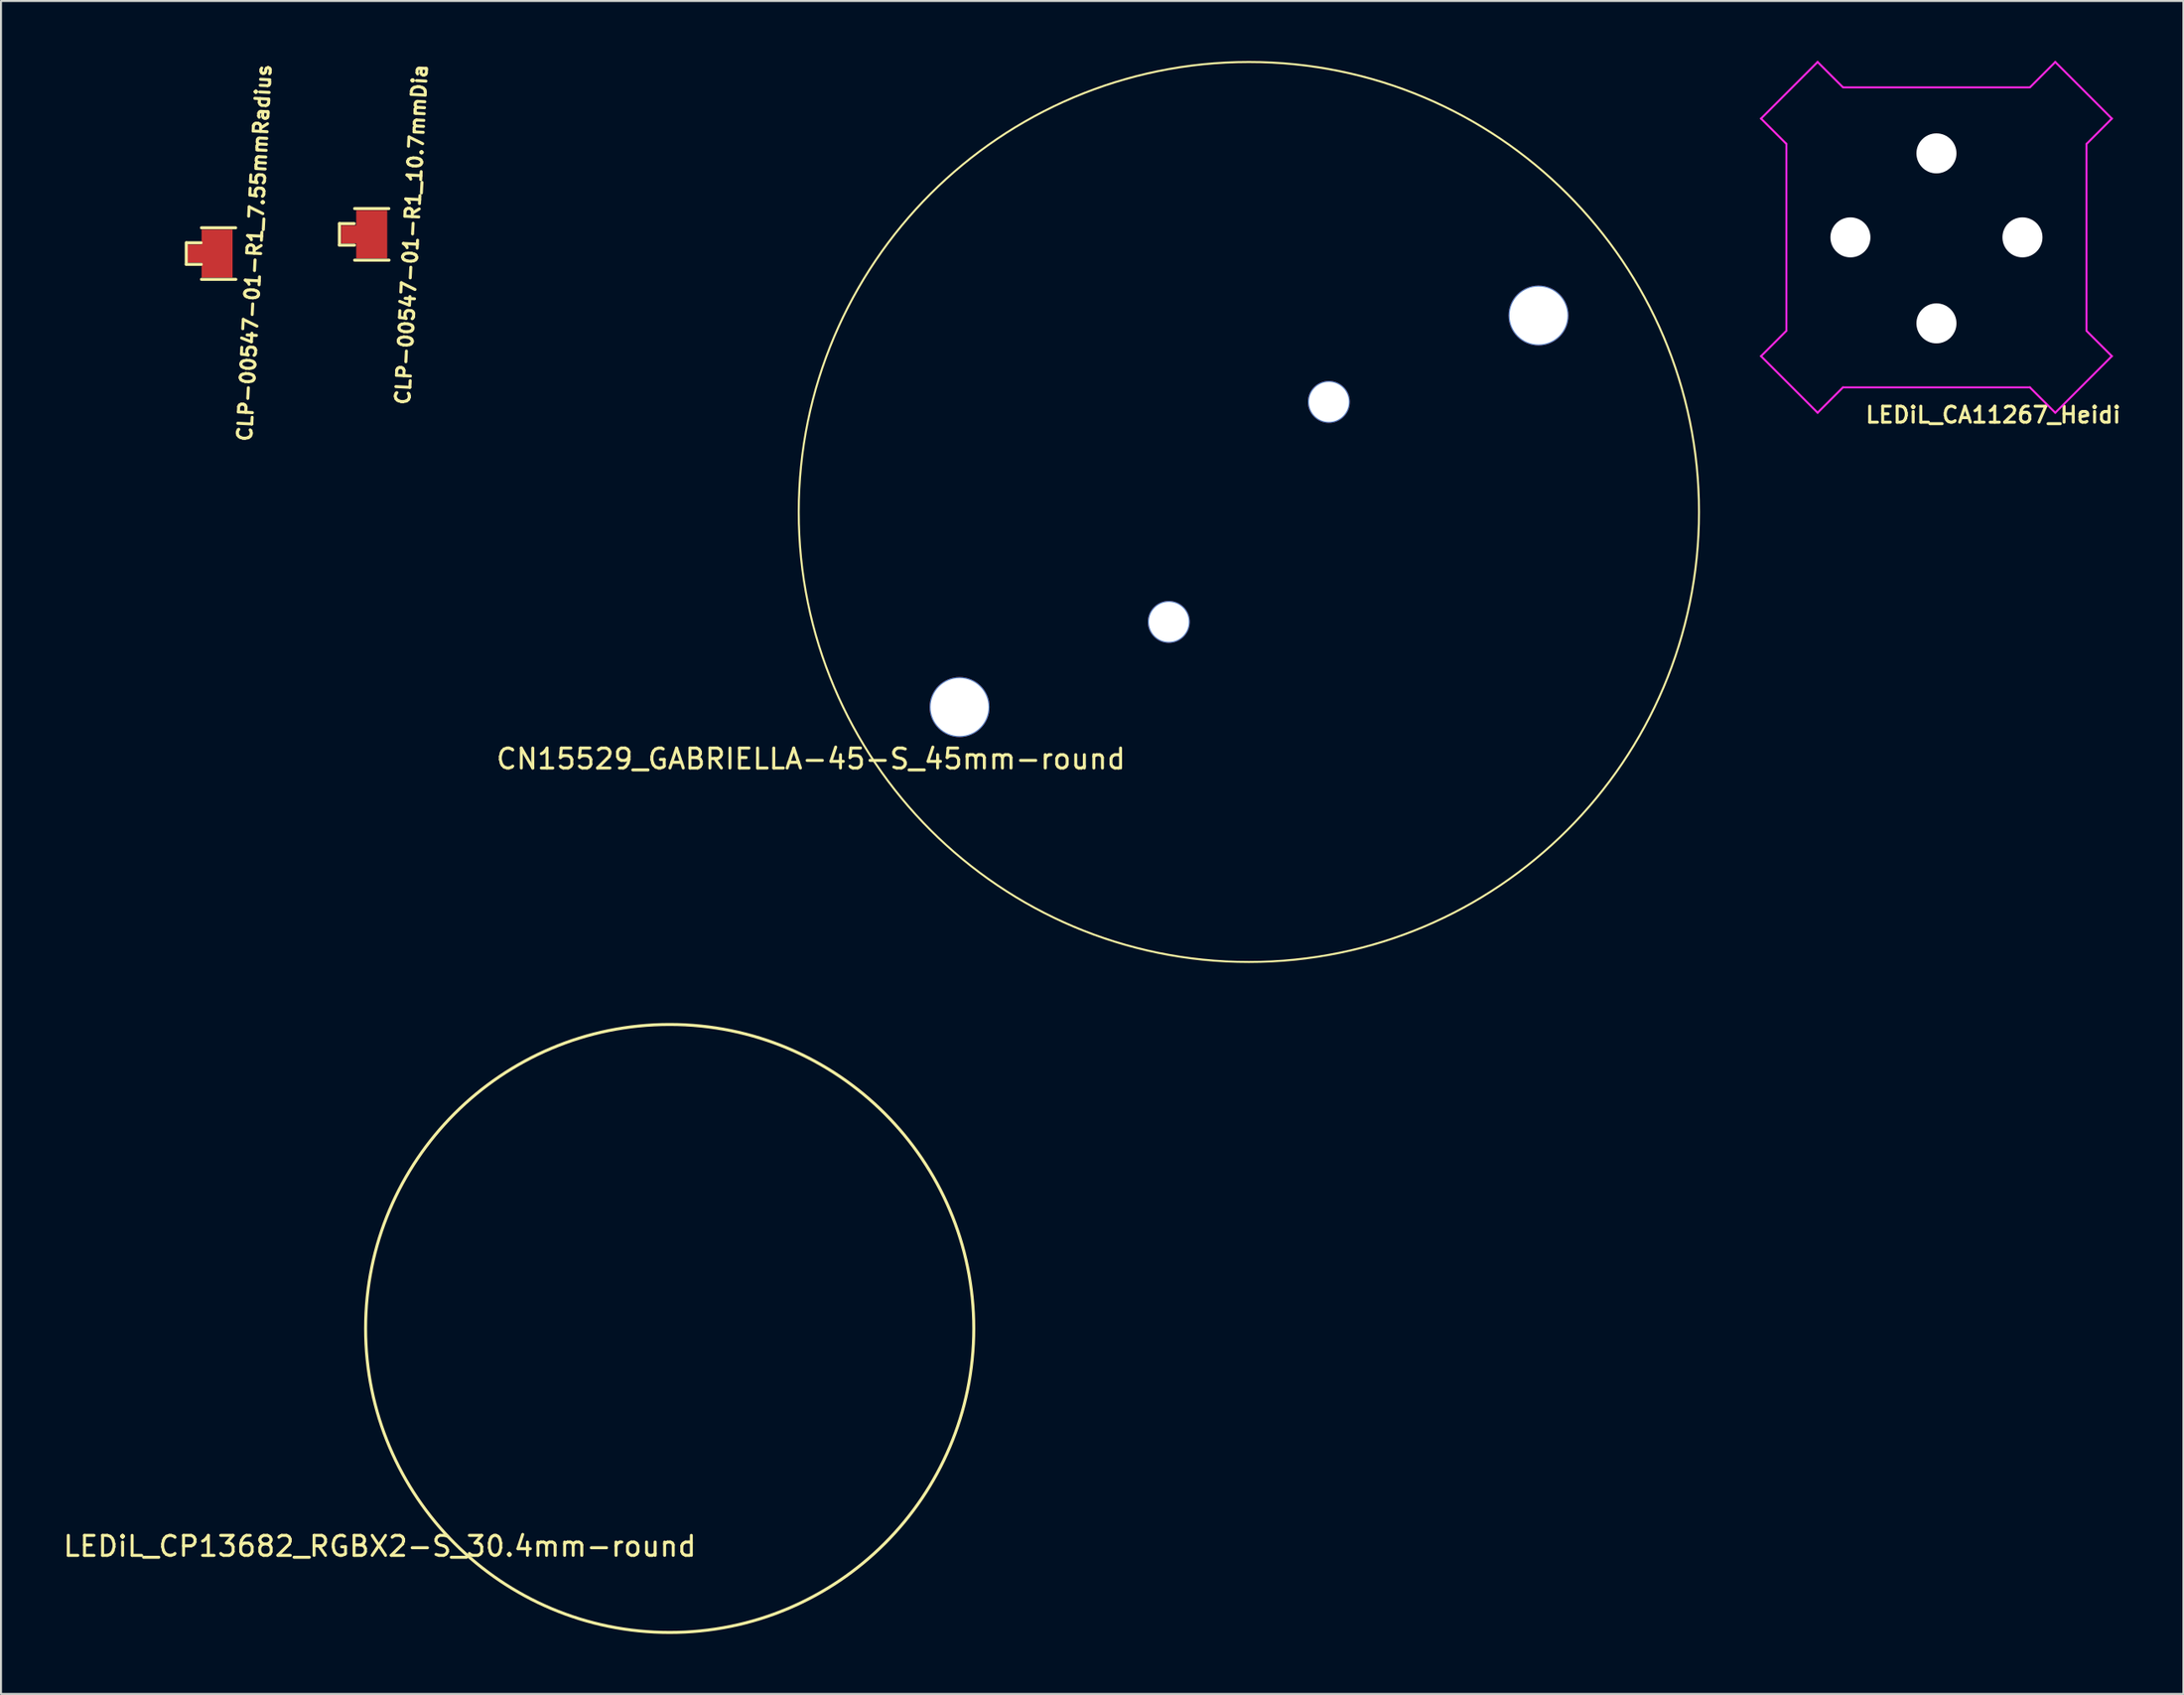
<source format=kicad_pcb>
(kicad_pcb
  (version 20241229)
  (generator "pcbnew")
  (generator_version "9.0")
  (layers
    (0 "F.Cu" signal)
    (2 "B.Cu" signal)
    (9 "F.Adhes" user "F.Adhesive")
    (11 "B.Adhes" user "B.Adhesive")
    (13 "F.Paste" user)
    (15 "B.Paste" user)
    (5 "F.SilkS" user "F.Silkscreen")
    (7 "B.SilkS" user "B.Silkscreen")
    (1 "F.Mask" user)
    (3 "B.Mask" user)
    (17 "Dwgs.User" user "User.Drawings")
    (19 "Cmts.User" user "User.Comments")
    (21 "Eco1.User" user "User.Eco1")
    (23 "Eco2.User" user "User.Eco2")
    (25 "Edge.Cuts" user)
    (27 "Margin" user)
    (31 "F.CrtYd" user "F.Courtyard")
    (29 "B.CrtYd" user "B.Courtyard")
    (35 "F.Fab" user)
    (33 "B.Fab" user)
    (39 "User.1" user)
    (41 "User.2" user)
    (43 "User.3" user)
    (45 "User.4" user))
  (footprint "LEDiL_CA11267_Heidi"
    (layer "F.Cu")
    (at 93.745 8.819)
    (property "Reference" "LEDiL_CA11267_Heidi" (at 2.837 8.877 0) (layer "F.SilkS") (effects (font (size 0.8 0.8) (thickness 0.15))))
    (attr through_hole)
    (fp_line (start -8.768 -5.94) (end -5.94 -8.769) (stroke (width 0.1) (type solid)) (layer "F.CrtYd"))
    (fp_line (start -7.501 -4.674) (end -8.768 -5.94) (stroke (width 0.1) (type solid)) (layer "F.CrtYd"))
    (fp_line (start -7.501 4.671) (end -8.769 5.94) (stroke (width 0.1) (type solid)) (layer "F.CrtYd"))
    (fp_line (start -7.5 -4.671) (end -7.5 4.669) (stroke (width 0.1) (type solid)) (layer "F.CrtYd"))
    (fp_line (start -5.94 8.768) (end -8.769 5.939) (stroke (width 0.1) (type solid)) (layer "F.CrtYd"))
    (fp_line (start -4.674 7.501) (end -5.94 8.768) (stroke (width 0.1) (type solid)) (layer "F.CrtYd"))
    (fp_line (start -4.671 -7.501) (end -5.94 -8.769) (stroke (width 0.1) (type solid)) (layer "F.CrtYd"))
    (fp_line (start -4.671 7.5) (end 4.676 7.5) (stroke (width 0.1) (type solid)) (layer "F.CrtYd"))
    (fp_line (start 4.638 -7.5) (end -4.658 -7.5) (stroke (width 0.1) (type solid)) (layer "F.CrtYd"))
    (fp_line (start 4.671 7.501) (end 5.94 8.769) (stroke (width 0.1) (type solid)) (layer "F.CrtYd"))
    (fp_line (start 4.674 -7.501) (end 5.94 -8.768) (stroke (width 0.1) (type solid)) (layer "F.CrtYd"))
    (fp_line (start 5.939 -8.769) (end 8.768 -5.94) (stroke (width 0.1) (type solid)) (layer "F.CrtYd"))
    (fp_line (start 7.5 4.658) (end 7.5 -4.669) (stroke (width 0.1) (type solid)) (layer "F.CrtYd"))
    (fp_line (start 7.501 -4.671) (end 8.769 -5.94) (stroke (width 0.1) (type solid)) (layer "F.CrtYd"))
    (fp_line (start 7.501 4.674) (end 8.768 5.94) (stroke (width 0.1) (type solid)) (layer "F.CrtYd"))
    (fp_line (start 8.768 5.939) (end 5.94 8.767) (stroke (width 0.1) (type solid)) (layer "F.CrtYd"))
    (pad "" np_thru_hole circle (at -4.3 0 90) (size 2 2) (drill 2) (layers "*.Cu" "*.Mask"))
    (pad "" np_thru_hole circle (at 0 -4.2) (size 2 2) (drill 2) (layers "*.Cu" "*.Mask"))
    (pad "" np_thru_hole circle (at 0 4.3 180) (size 2 2) (drill 2) (layers "*.Cu" "*.Mask"))
    (pad "" np_thru_hole circle (at 4.3 0 270) (size 2 2) (drill 2) (layers "*.Cu" "*.Mask")))
  (footprint "CLP-00547-01-R1_7.55mmRadius"
    (layer "F.Cu")
    (at 0.25 9.629)
    (property "Reference" "CLP-00547-01-R1_7.55mmRadius" (at 9.418 -0.035 87) (layer "F.SilkS") (effects (font (size 0.7 0.7) (thickness 0.15))))
    (attr smd)
    (fp_line (start 6.01 -0.54) (end 6.01 0.54) (stroke (width 0.15) (type solid)) (layer "F.SilkS"))
    (fp_line (start 6.01 0.54) (end 6.76 0.54) (stroke (width 0.15) (type solid)) (layer "F.SilkS"))
    (fp_line (start 6.75 -0.54) (end 6.02 -0.54) (stroke (width 0.15) (type solid)) (layer "F.SilkS"))
    (fp_line (start 6.77 1.29) (end 8.49 1.29) (stroke (width 0.15) (type solid)) (layer "F.SilkS"))
    (fp_line (start 8.48 -1.29) (end 6.77 -1.29) (stroke (width 0.15) (type solid)) (layer "F.SilkS"))
    (pad "1" smd custom (at 7.55 0) (size 1.55 2.4) (layers "F.Cu" "F.Mask" "F.Paste") (options (anchor rect)) (primitives (gr_poly (pts (xy -1.525 -0.45) (xy -0.755 -0.45) (xy -0.755 0.45) (xy -1.525 0.45)) (width 0.01) (fill yes)))))
  (footprint "CN15529_GABRIELLA-45-S_45mm-round"
    (layer "F.Cu")
    (at 59.395 22.556)
    (property "Reference" "CN15529_GABRIELLA-45-S_45mm-round" (at -21.91 12.34 0) (layer "F.SilkS") (effects (font (size 1 1) (thickness 0.15))))
    (attr through_hole)
    (fp_circle (center -0.019 -0.006) (end 22.481 -0.006) (stroke (width 0.1) (type solid)) (fill no) (layer "F.SilkS"))
    (pad "" np_thru_hole circle (at -14.48 9.75) (size 3 3) (drill 2.9) (layers "*.Cu" "*.Mask"))
    (pad "" np_thru_hole circle (at -4.02 5.49) (size 2.1 2.1) (drill 2) (layers "*.Cu" "*.Mask"))
    (pad "" np_thru_hole circle (at 3.98 -5.51) (size 2.1 2.1) (drill 2) (layers "*.Cu" "*.Mask"))
    (pad "" np_thru_hole circle (at 14.46 -9.83) (size 3 3) (drill 2.9) (layers "*.Cu" "*.Mask")))
  (footprint "LEDiL_CP13682_RGBX2-S_30.4mm-round"
    (layer "F.Cu")
    (at 30.425 63.375)
    (property "Reference" "LEDiL_CP13682_RGBX2-S_30.4mm-round" (at -14.49 10.89 0) (layer "F.SilkS") (effects (font (size 1 1) (thickness 0.15))))
    (attr through_hole)
    (fp_circle (center 0 0) (end 15.2 0) (stroke (width 0.15) (type solid)) (fill no) (layer "F.SilkS")))
  (footprint "CLP-00547-01-R1_10.7mmDia"
    (layer "F.Cu")
    (at 14.691 8.668)
    (property "Reference" "CLP-00547-01-R1_10.7mmDia" (at 2.83 0.01 267) (layer "F.SilkS") (effects (font (size 0.7 0.7) (thickness 0.15))))
    (attr smd)
    (fp_line (start -0.775 -0.54) (end -0.775 0.54) (stroke (width 0.15) (type solid)) (layer "F.SilkS"))
    (fp_line (start -0.775 0.54) (end -0.025 0.54) (stroke (width 0.15) (type solid)) (layer "F.SilkS"))
    (fp_line (start -0.035 -0.54) (end -0.765 -0.54) (stroke (width 0.15) (type solid)) (layer "F.SilkS"))
    (fp_line (start -0.015 1.29) (end 1.705 1.29) (stroke (width 0.15) (type solid)) (layer "F.SilkS"))
    (fp_line (start 1.695 -1.29) (end -0.015 -1.29) (stroke (width 0.15) (type solid)) (layer "F.SilkS"))
    (pad "1" smd custom (at 0.84 0) (size 1.55 2.4) (layers "F.Cu" "F.Mask" "F.Paste") (options (anchor rect)) (primitives (gr_poly (pts (xy -1.525 -0.45) (xy -0.755 -0.45) (xy -0.755 0.45) (xy -1.525 0.45)) (width 0.01) (fill yes)))))
  (gr_rect
    (start -3 -3)
    (end 106.089 81.65)
    (stroke (width 0.1) (type default))
    (fill no)
    (layer "Edge.Cuts")))
</source>
